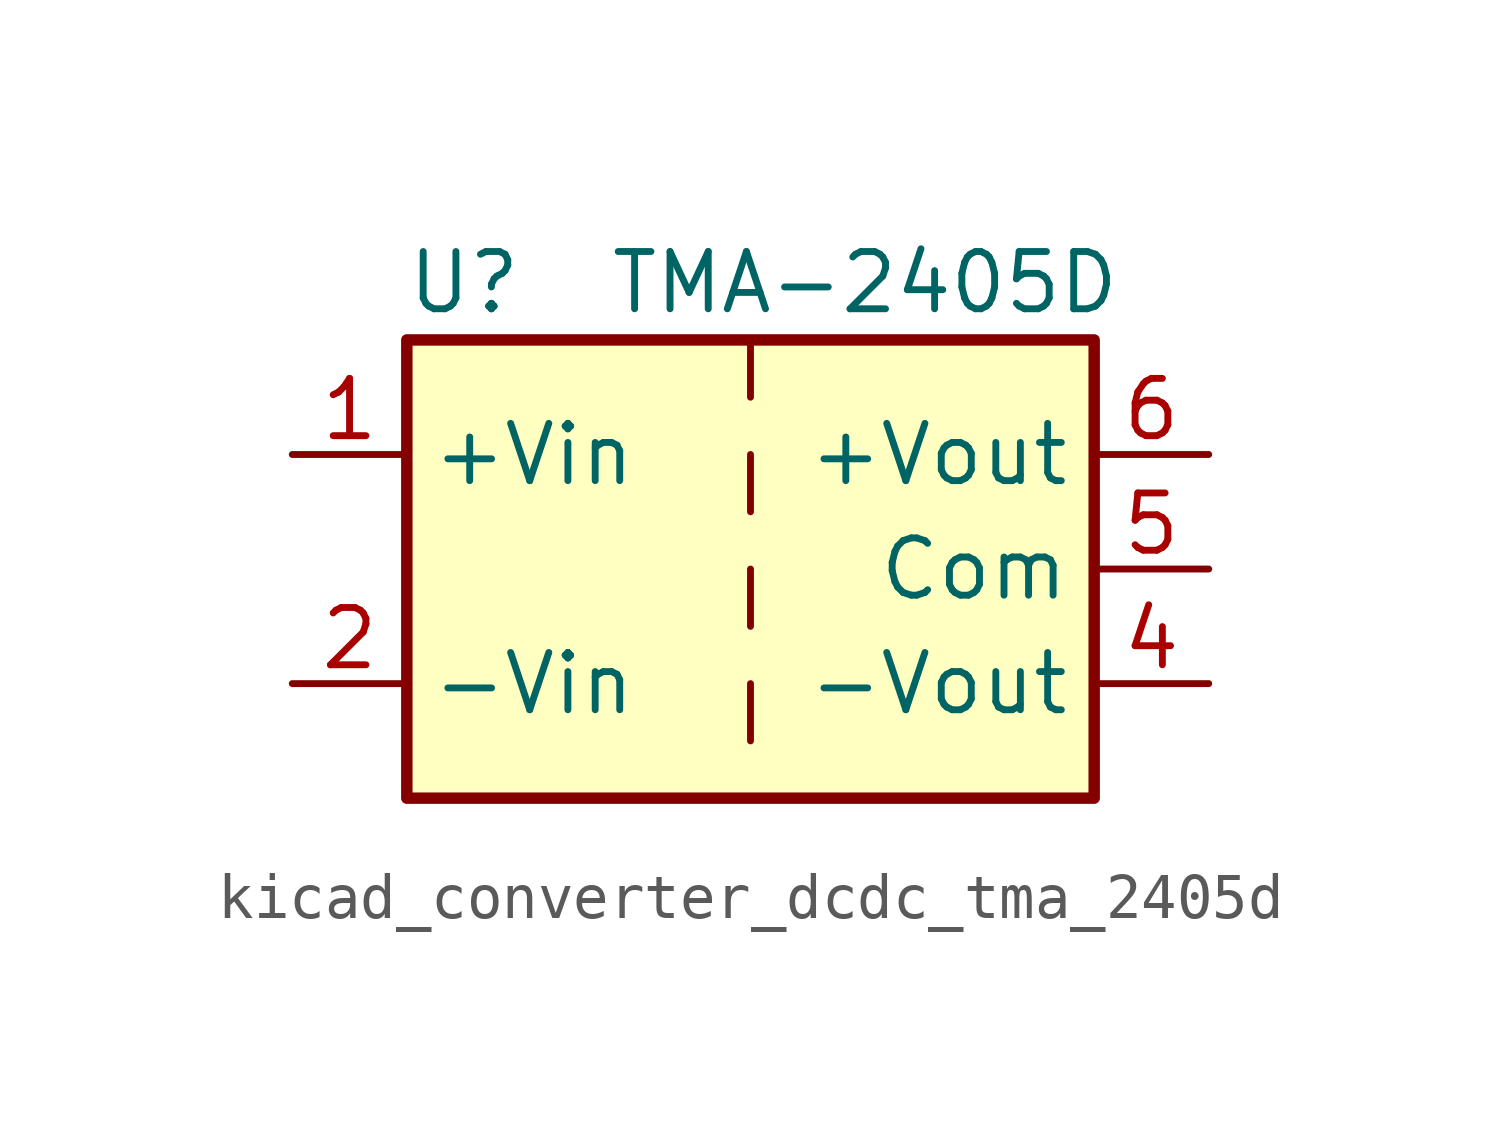
<source format=kicad_sym>
(kicad_symbol_lib
  (version 20220914)
  (generator kicad_symbol_editor)
  (symbol "kicad_converter_dcdc_tma_2405d"
    (property "Reference" "U"
      (at -6.35 6.35 0)
      (effects (font (size 1.27 1.27))))
    (property "Value" "TMA-2405D"
      (at 2.54 6.35 0)
      (effects (font (size 1.27 1.27))))
    (symbol "kicad_converter_dcdc_tma_2405d_0_1"
      (rectangle (start -7.62 5.08) (end 7.62 -5.08) (stroke (width 0.254) (type default)) (fill (type background)))
      (polyline (pts (xy 0 -2.54) (xy 0 -3.81)) (stroke (width 0) (type default)) (fill (type none)))
      (polyline (pts (xy 0 0) (xy 0 -1.27)) (stroke (width 0) (type default)) (fill (type none)))
      (polyline (pts (xy 0 2.54) (xy 0 1.27)) (stroke (width 0) (type default)) (fill (type none)))
      (polyline (pts (xy 0 5.08) (xy 0 3.81)) (stroke (width 0) (type default)) (fill (type none))))
    (symbol "kicad_converter_dcdc_tma_2405d_1_1"
      (pin power_in line (at -10.16 2.54 0) (length 2.54) (name "+Vin" (effects (font (size 1.27 1.27)))) (number "1" (effects (font (size 1.27 1.27)))))
      (pin power_in line (at -10.16 -2.54 0) (length 2.54) (name "-Vin" (effects (font (size 1.27 1.27)))) (number "2" (effects (font (size 1.27 1.27)))))
      (pin power_out line (at 10.16 -2.54 180) (length 2.54) (name "-Vout" (effects (font (size 1.27 1.27)))) (number "4" (effects (font (size 1.27 1.27)))))
      (pin power_out line (at 10.16 0 180) (length 2.54) (name "Com" (effects (font (size 1.27 1.27)))) (number "5" (effects (font (size 1.27 1.27)))))
      (pin power_out line (at 10.16 2.54 180) (length 2.54) (name "+Vout" (effects (font (size 1.27 1.27)))) (number "6" (effects (font (size 1.27 1.27))))))))
</source>
